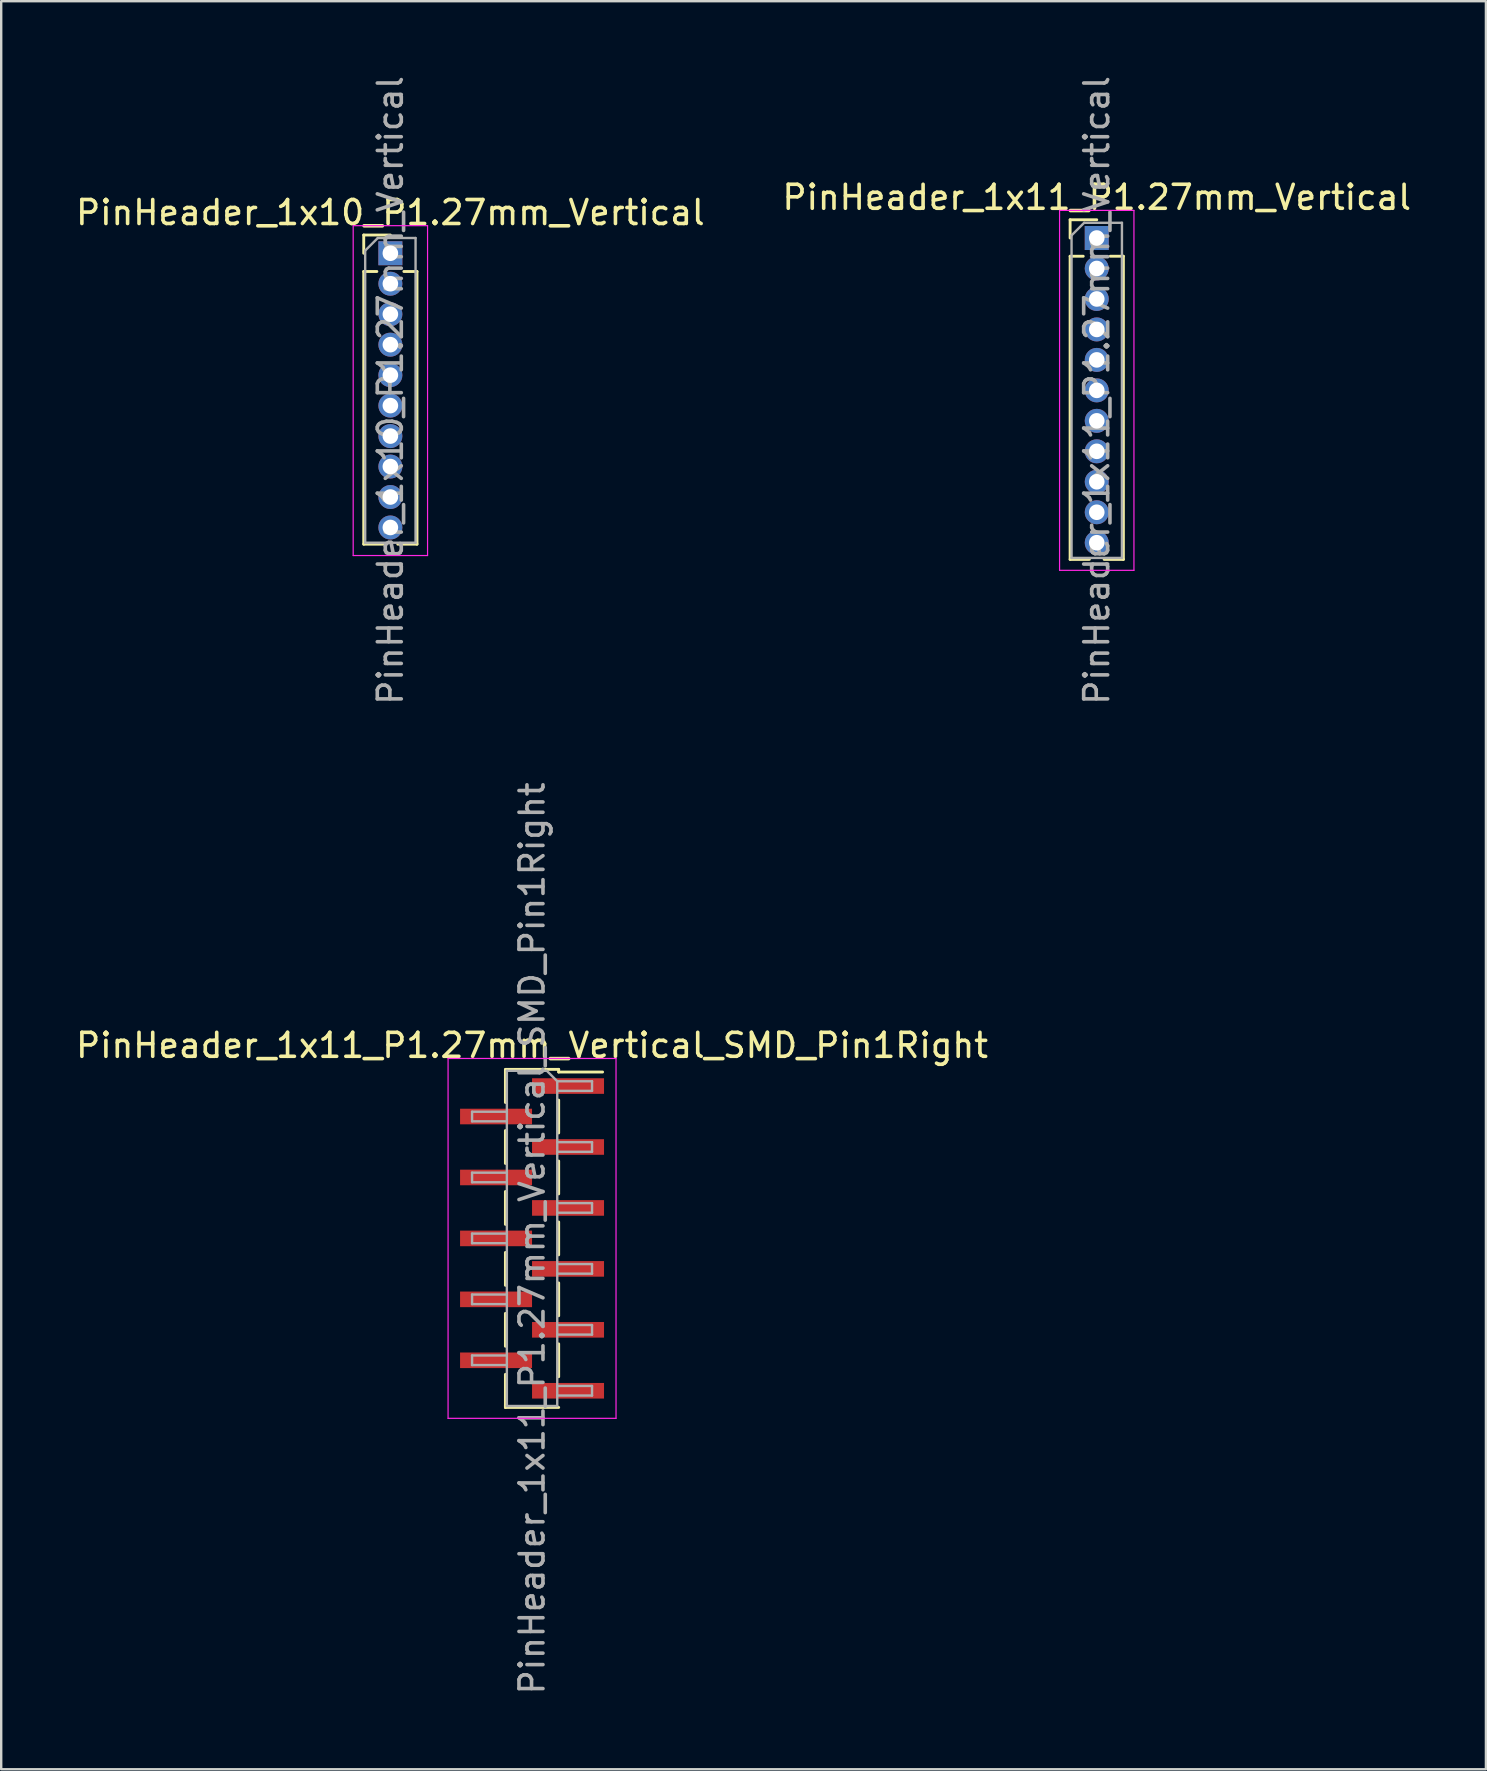
<source format=kicad_pcb>
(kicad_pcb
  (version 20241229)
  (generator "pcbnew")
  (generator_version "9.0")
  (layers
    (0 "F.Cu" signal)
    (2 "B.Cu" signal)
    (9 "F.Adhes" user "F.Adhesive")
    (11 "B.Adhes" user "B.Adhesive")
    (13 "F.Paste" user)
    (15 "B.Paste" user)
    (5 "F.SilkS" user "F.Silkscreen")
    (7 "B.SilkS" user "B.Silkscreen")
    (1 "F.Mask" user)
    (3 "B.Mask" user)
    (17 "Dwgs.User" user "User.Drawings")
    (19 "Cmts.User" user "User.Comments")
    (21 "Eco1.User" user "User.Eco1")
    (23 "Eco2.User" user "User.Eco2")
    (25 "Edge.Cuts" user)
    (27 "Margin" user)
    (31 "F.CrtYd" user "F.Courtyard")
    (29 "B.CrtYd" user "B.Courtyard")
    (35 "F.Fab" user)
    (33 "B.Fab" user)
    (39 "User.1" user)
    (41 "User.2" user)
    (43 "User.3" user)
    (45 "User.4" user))
  (footprint "PinHeader_1x11_P1.27mm_Vertical_SMD_Pin1Right"
    (layer "F.Cu")
    (at 19.125 48.565)
    (property "Reference" "PinHeader_1x11_P1.27mm_Vertical_SMD_Pin1Right" (at 0 -8.045 0) (layer "F.SilkS") (effects (font (size 1 1) (thickness 0.15))))
    (attr smd)
    (fp_line (start -1.11 -7.045) (end 1.11 -7.045) (stroke (width 0.12) (type solid)) (layer "F.SilkS"))
    (fp_line (start -1.11 -7.035) (end -1.11 -5.665) (stroke (width 0.12) (type solid)) (layer "F.SilkS"))
    (fp_line (start -1.11 -4.495) (end -1.11 -3.125) (stroke (width 0.12) (type solid)) (layer "F.SilkS"))
    (fp_line (start -1.11 -1.955) (end -1.11 -0.585) (stroke (width 0.12) (type solid)) (layer "F.SilkS"))
    (fp_line (start -1.11 0.585) (end -1.11 1.955) (stroke (width 0.12) (type solid)) (layer "F.SilkS"))
    (fp_line (start -1.11 3.125) (end -1.11 4.495) (stroke (width 0.12) (type solid)) (layer "F.SilkS"))
    (fp_line (start -1.11 5.665) (end -1.11 7.035) (stroke (width 0.12) (type solid)) (layer "F.SilkS"))
    (fp_line (start -1.11 6.935) (end -1.11 7.045) (stroke (width 0.12) (type solid)) (layer "F.SilkS"))
    (fp_line (start -1.11 7.045) (end 1.11 7.045) (stroke (width 0.12) (type solid)) (layer "F.SilkS"))
    (fp_line (start 1.11 -7.045) (end 1.11 -6.935) (stroke (width 0.12) (type solid)) (layer "F.SilkS"))
    (fp_line (start 1.11 -6.935) (end 2.94 -6.935) (stroke (width 0.12) (type solid)) (layer "F.SilkS"))
    (fp_line (start 1.11 -5.765) (end 1.11 -4.395) (stroke (width 0.12) (type solid)) (layer "F.SilkS"))
    (fp_line (start 1.11 -3.225) (end 1.11 -1.855) (stroke (width 0.12) (type solid)) (layer "F.SilkS"))
    (fp_line (start 1.11 -0.685) (end 1.11 0.685) (stroke (width 0.12) (type solid)) (layer "F.SilkS"))
    (fp_line (start 1.11 1.855) (end 1.11 3.225) (stroke (width 0.12) (type solid)) (layer "F.SilkS"))
    (fp_line (start 1.11 4.395) (end 1.11 5.765) (stroke (width 0.12) (type solid)) (layer "F.SilkS"))
    (fp_line (start -3.5 -7.5) (end -3.5 7.5) (stroke (width 0.05) (type solid)) (layer "F.CrtYd"))
    (fp_line (start -3.5 7.5) (end 3.5 7.5) (stroke (width 0.05) (type solid)) (layer "F.CrtYd"))
    (fp_line (start 3.5 -7.5) (end -3.5 -7.5) (stroke (width 0.05) (type solid)) (layer "F.CrtYd"))
    (fp_line (start 3.5 7.5) (end 3.5 -7.5) (stroke (width 0.05) (type solid)) (layer "F.CrtYd"))
    (fp_line (start -2.5 -5.28) (end -2.5 -4.88) (stroke (width 0.1) (type solid)) (layer "F.Fab"))
    (fp_line (start -2.5 -4.88) (end -1.05 -4.88) (stroke (width 0.1) (type solid)) (layer "F.Fab"))
    (fp_line (start -2.5 -2.74) (end -2.5 -2.34) (stroke (width 0.1) (type solid)) (layer "F.Fab"))
    (fp_line (start -2.5 -2.34) (end -1.05 -2.34) (stroke (width 0.1) (type solid)) (layer "F.Fab"))
    (fp_line (start -2.5 -0.2) (end -2.5 0.2) (stroke (width 0.1) (type solid)) (layer "F.Fab"))
    (fp_line (start -2.5 0.2) (end -1.05 0.2) (stroke (width 0.1) (type solid)) (layer "F.Fab"))
    (fp_line (start -2.5 2.34) (end -2.5 2.74) (stroke (width 0.1) (type solid)) (layer "F.Fab"))
    (fp_line (start -2.5 2.74) (end -1.05 2.74) (stroke (width 0.1) (type solid)) (layer "F.Fab"))
    (fp_line (start -2.5 4.88) (end -2.5 5.28) (stroke (width 0.1) (type solid)) (layer "F.Fab"))
    (fp_line (start -2.5 5.28) (end -1.05 5.28) (stroke (width 0.1) (type solid)) (layer "F.Fab"))
    (fp_line (start -1.05 -6.985) (end -1.05 6.985) (stroke (width 0.1) (type solid)) (layer "F.Fab"))
    (fp_line (start -1.05 -6.985) (end 0.615 -6.985) (stroke (width 0.1) (type solid)) (layer "F.Fab"))
    (fp_line (start -1.05 -5.28) (end -2.5 -5.28) (stroke (width 0.1) (type solid)) (layer "F.Fab"))
    (fp_line (start -1.05 -2.74) (end -2.5 -2.74) (stroke (width 0.1) (type solid)) (layer "F.Fab"))
    (fp_line (start -1.05 -0.2) (end -2.5 -0.2) (stroke (width 0.1) (type solid)) (layer "F.Fab"))
    (fp_line (start -1.05 2.34) (end -2.5 2.34) (stroke (width 0.1) (type solid)) (layer "F.Fab"))
    (fp_line (start -1.05 4.88) (end -2.5 4.88) (stroke (width 0.1) (type solid)) (layer "F.Fab"))
    (fp_line (start 1.05 -6.55) (end 0.615 -6.985) (stroke (width 0.1) (type solid)) (layer "F.Fab"))
    (fp_line (start 1.05 -6.55) (end 2.5 -6.55) (stroke (width 0.1) (type solid)) (layer "F.Fab"))
    (fp_line (start 1.05 -4.01) (end 2.5 -4.01) (stroke (width 0.1) (type solid)) (layer "F.Fab"))
    (fp_line (start 1.05 -1.47) (end 2.5 -1.47) (stroke (width 0.1) (type solid)) (layer "F.Fab"))
    (fp_line (start 1.05 1.07) (end 2.5 1.07) (stroke (width 0.1) (type solid)) (layer "F.Fab"))
    (fp_line (start 1.05 3.61) (end 2.5 3.61) (stroke (width 0.1) (type solid)) (layer "F.Fab"))
    (fp_line (start 1.05 6.15) (end 2.5 6.15) (stroke (width 0.1) (type solid)) (layer "F.Fab"))
    (fp_line (start 1.05 6.985) (end -1.05 6.985) (stroke (width 0.1) (type solid)) (layer "F.Fab"))
    (fp_line (start 1.05 6.985) (end 1.05 -6.55) (stroke (width 0.1) (type solid)) (layer "F.Fab"))
    (fp_line (start 2.5 -6.55) (end 2.5 -6.15) (stroke (width 0.1) (type solid)) (layer "F.Fab"))
    (fp_line (start 2.5 -6.15) (end 1.05 -6.15) (stroke (width 0.1) (type solid)) (layer "F.Fab"))
    (fp_line (start 2.5 -4.01) (end 2.5 -3.61) (stroke (width 0.1) (type solid)) (layer "F.Fab"))
    (fp_line (start 2.5 -3.61) (end 1.05 -3.61) (stroke (width 0.1) (type solid)) (layer "F.Fab"))
    (fp_line (start 2.5 -1.47) (end 2.5 -1.07) (stroke (width 0.1) (type solid)) (layer "F.Fab"))
    (fp_line (start 2.5 -1.07) (end 1.05 -1.07) (stroke (width 0.1) (type solid)) (layer "F.Fab"))
    (fp_line (start 2.5 1.07) (end 2.5 1.47) (stroke (width 0.1) (type solid)) (layer "F.Fab"))
    (fp_line (start 2.5 1.47) (end 1.05 1.47) (stroke (width 0.1) (type solid)) (layer "F.Fab"))
    (fp_line (start 2.5 3.61) (end 2.5 4.01) (stroke (width 0.1) (type solid)) (layer "F.Fab"))
    (fp_line (start 2.5 4.01) (end 1.05 4.01) (stroke (width 0.1) (type solid)) (layer "F.Fab"))
    (fp_line (start 2.5 6.15) (end 2.5 6.55) (stroke (width 0.1) (type solid)) (layer "F.Fab"))
    (fp_line (start 2.5 6.55) (end 1.05 6.55) (stroke (width 0.1) (type solid)) (layer "F.Fab"))
    (fp_text user "${REFERENCE}" (at 0 0 90) (layer "F.Fab") (effects (font (size 1 1) (thickness 0.15))))
    (pad "1" smd rect (at 1.5 -6.35) (size 3 0.65) (layers "F.Cu" "F.Mask" "F.Paste"))
    (pad "2" smd rect (at -1.5 -5.08) (size 3 0.65) (layers "F.Cu" "F.Mask" "F.Paste"))
    (pad "3" smd rect (at 1.5 -3.81) (size 3 0.65) (layers "F.Cu" "F.Mask" "F.Paste"))
    (pad "4" smd rect (at -1.5 -2.54) (size 3 0.65) (layers "F.Cu" "F.Mask" "F.Paste"))
    (pad "5" smd rect (at 1.5 -1.27) (size 3 0.65) (layers "F.Cu" "F.Mask" "F.Paste"))
    (pad "6" smd rect (at -1.5 0) (size 3 0.65) (layers "F.Cu" "F.Mask" "F.Paste"))
    (pad "7" smd rect (at 1.5 1.27) (size 3 0.65) (layers "F.Cu" "F.Mask" "F.Paste"))
    (pad "8" smd rect (at -1.5 2.54) (size 3 0.65) (layers "F.Cu" "F.Mask" "F.Paste"))
    (pad "9" smd rect (at 1.5 3.81) (size 3 0.65) (layers "F.Cu" "F.Mask" "F.Paste"))
    (pad "10" smd rect (at -1.5 5.08) (size 3 0.65) (layers "F.Cu" "F.Mask" "F.Paste"))
    (pad "11" smd rect (at 1.5 6.35) (size 3 0.65) (layers "F.Cu" "F.Mask" "F.Paste")))
  (footprint "PinHeader_1x11_P1.27mm_Vertical"
    (layer "F.Cu")
    (at 42.661 6.87)
    (property "Reference" "PinHeader_1x11_P1.27mm_Vertical" (at 0 -1.695 0) (layer "F.SilkS") (effects (font (size 1 1) (thickness 0.15))))
    (attr through_hole)
    (fp_line (start -1.11 -0.76) (end 0 -0.76) (stroke (width 0.12) (type solid)) (layer "F.SilkS"))
    (fp_line (start -1.11 0) (end -1.11 -0.76) (stroke (width 0.12) (type solid)) (layer "F.SilkS"))
    (fp_line (start -1.11 0.76) (end -1.11 13.395) (stroke (width 0.12) (type solid)) (layer "F.SilkS"))
    (fp_line (start -1.11 0.76) (end -0.563 0.76) (stroke (width 0.12) (type solid)) (layer "F.SilkS"))
    (fp_line (start -1.11 13.395) (end -0.308 13.395) (stroke (width 0.12) (type solid)) (layer "F.SilkS"))
    (fp_line (start 0.308 13.395) (end 1.11 13.395) (stroke (width 0.12) (type solid)) (layer "F.SilkS"))
    (fp_line (start 0.563 0.76) (end 1.11 0.76) (stroke (width 0.12) (type solid)) (layer "F.SilkS"))
    (fp_line (start 1.11 0.76) (end 1.11 13.395) (stroke (width 0.12) (type solid)) (layer "F.SilkS"))
    (fp_line (start -1.55 -1.15) (end -1.55 13.85) (stroke (width 0.05) (type solid)) (layer "F.CrtYd"))
    (fp_line (start -1.55 13.85) (end 1.55 13.85) (stroke (width 0.05) (type solid)) (layer "F.CrtYd"))
    (fp_line (start 1.55 -1.15) (end -1.55 -1.15) (stroke (width 0.05) (type solid)) (layer "F.CrtYd"))
    (fp_line (start 1.55 13.85) (end 1.55 -1.15) (stroke (width 0.05) (type solid)) (layer "F.CrtYd"))
    (fp_line (start -1.05 -0.11) (end -0.525 -0.635) (stroke (width 0.1) (type solid)) (layer "F.Fab"))
    (fp_line (start -1.05 13.335) (end -1.05 -0.11) (stroke (width 0.1) (type solid)) (layer "F.Fab"))
    (fp_line (start -0.525 -0.635) (end 1.05 -0.635) (stroke (width 0.1) (type solid)) (layer "F.Fab"))
    (fp_line (start 1.05 -0.635) (end 1.05 13.335) (stroke (width 0.1) (type solid)) (layer "F.Fab"))
    (fp_line (start 1.05 13.335) (end -1.05 13.335) (stroke (width 0.1) (type solid)) (layer "F.Fab"))
    (fp_text user "${REFERENCE}" (at 0 6.35 90) (layer "F.Fab") (effects (font (size 1 1) (thickness 0.15))))
    (pad "1" thru_hole rect (at 0 0) (size 1 1) (drill 0.65) (layers "*.Cu" "*.Mask"))
    (pad "2" thru_hole oval (at 0 1.27) (size 1 1) (drill 0.65) (layers "*.Cu" "*.Mask"))
    (pad "3" thru_hole oval (at 0 2.54) (size 1 1) (drill 0.65) (layers "*.Cu" "*.Mask"))
    (pad "4" thru_hole oval (at 0 3.81) (size 1 1) (drill 0.65) (layers "*.Cu" "*.Mask"))
    (pad "5" thru_hole oval (at 0 5.08) (size 1 1) (drill 0.65) (layers "*.Cu" "*.Mask"))
    (pad "6" thru_hole oval (at 0 6.35) (size 1 1) (drill 0.65) (layers "*.Cu" "*.Mask"))
    (pad "7" thru_hole oval (at 0 7.62) (size 1 1) (drill 0.65) (layers "*.Cu" "*.Mask"))
    (pad "8" thru_hole oval (at 0 8.89) (size 1 1) (drill 0.65) (layers "*.Cu" "*.Mask"))
    (pad "9" thru_hole oval (at 0 10.16) (size 1 1) (drill 0.65) (layers "*.Cu" "*.Mask"))
    (pad "10" thru_hole oval (at 0 11.43) (size 1 1) (drill 0.65) (layers "*.Cu" "*.Mask"))
    (pad "11" thru_hole oval (at 0 12.7) (size 1 1) (drill 0.65) (layers "*.Cu" "*.Mask")))
  (footprint "PinHeader_1x10_P1.27mm_Vertical"
    (layer "F.Cu")
    (at 13.22 7.505)
    (property "Reference" "PinHeader_1x10_P1.27mm_Vertical" (at 0 -1.695 0) (layer "F.SilkS") (effects (font (size 1 1) (thickness 0.15))))
    (attr through_hole)
    (fp_line (start -1.11 -0.76) (end 0 -0.76) (stroke (width 0.12) (type solid)) (layer "F.SilkS"))
    (fp_line (start -1.11 0) (end -1.11 -0.76) (stroke (width 0.12) (type solid)) (layer "F.SilkS"))
    (fp_line (start -1.11 0.76) (end -1.11 12.125) (stroke (width 0.12) (type solid)) (layer "F.SilkS"))
    (fp_line (start -1.11 0.76) (end -0.563 0.76) (stroke (width 0.12) (type solid)) (layer "F.SilkS"))
    (fp_line (start -1.11 12.125) (end -0.308 12.125) (stroke (width 0.12) (type solid)) (layer "F.SilkS"))
    (fp_line (start 0.308 12.125) (end 1.11 12.125) (stroke (width 0.12) (type solid)) (layer "F.SilkS"))
    (fp_line (start 0.563 0.76) (end 1.11 0.76) (stroke (width 0.12) (type solid)) (layer "F.SilkS"))
    (fp_line (start 1.11 0.76) (end 1.11 12.125) (stroke (width 0.12) (type solid)) (layer "F.SilkS"))
    (fp_line (start -1.55 -1.15) (end -1.55 12.6) (stroke (width 0.05) (type solid)) (layer "F.CrtYd"))
    (fp_line (start -1.55 12.6) (end 1.55 12.6) (stroke (width 0.05) (type solid)) (layer "F.CrtYd"))
    (fp_line (start 1.55 -1.15) (end -1.55 -1.15) (stroke (width 0.05) (type solid)) (layer "F.CrtYd"))
    (fp_line (start 1.55 12.6) (end 1.55 -1.15) (stroke (width 0.05) (type solid)) (layer "F.CrtYd"))
    (fp_line (start -1.05 -0.11) (end -0.525 -0.635) (stroke (width 0.1) (type solid)) (layer "F.Fab"))
    (fp_line (start -1.05 12.065) (end -1.05 -0.11) (stroke (width 0.1) (type solid)) (layer "F.Fab"))
    (fp_line (start -0.525 -0.635) (end 1.05 -0.635) (stroke (width 0.1) (type solid)) (layer "F.Fab"))
    (fp_line (start 1.05 -0.635) (end 1.05 12.065) (stroke (width 0.1) (type solid)) (layer "F.Fab"))
    (fp_line (start 1.05 12.065) (end -1.05 12.065) (stroke (width 0.1) (type solid)) (layer "F.Fab"))
    (fp_text user "${REFERENCE}" (at 0 5.715 90) (layer "F.Fab") (effects (font (size 1 1) (thickness 0.15))))
    (pad "1" thru_hole rect (at 0 0) (size 1 1) (drill 0.65) (layers "*.Cu" "*.Mask"))
    (pad "2" thru_hole oval (at 0 1.27) (size 1 1) (drill 0.65) (layers "*.Cu" "*.Mask"))
    (pad "3" thru_hole oval (at 0 2.54) (size 1 1) (drill 0.65) (layers "*.Cu" "*.Mask"))
    (pad "4" thru_hole oval (at 0 3.81) (size 1 1) (drill 0.65) (layers "*.Cu" "*.Mask"))
    (pad "5" thru_hole oval (at 0 5.08) (size 1 1) (drill 0.65) (layers "*.Cu" "*.Mask"))
    (pad "6" thru_hole oval (at 0 6.35) (size 1 1) (drill 0.65) (layers "*.Cu" "*.Mask"))
    (pad "7" thru_hole oval (at 0 7.62) (size 1 1) (drill 0.65) (layers "*.Cu" "*.Mask"))
    (pad "8" thru_hole oval (at 0 8.89) (size 1 1) (drill 0.65) (layers "*.Cu" "*.Mask"))
    (pad "9" thru_hole oval (at 0 10.16) (size 1 1) (drill 0.65) (layers "*.Cu" "*.Mask"))
    (pad "10" thru_hole oval (at 0 11.43) (size 1 1) (drill 0.65) (layers "*.Cu" "*.Mask")))
  (gr_rect
    (start -3 -3)
    (end 58.881 70.69)
    (stroke (width 0.1) (type default))
    (fill no)
    (layer "Edge.Cuts")))
</source>
